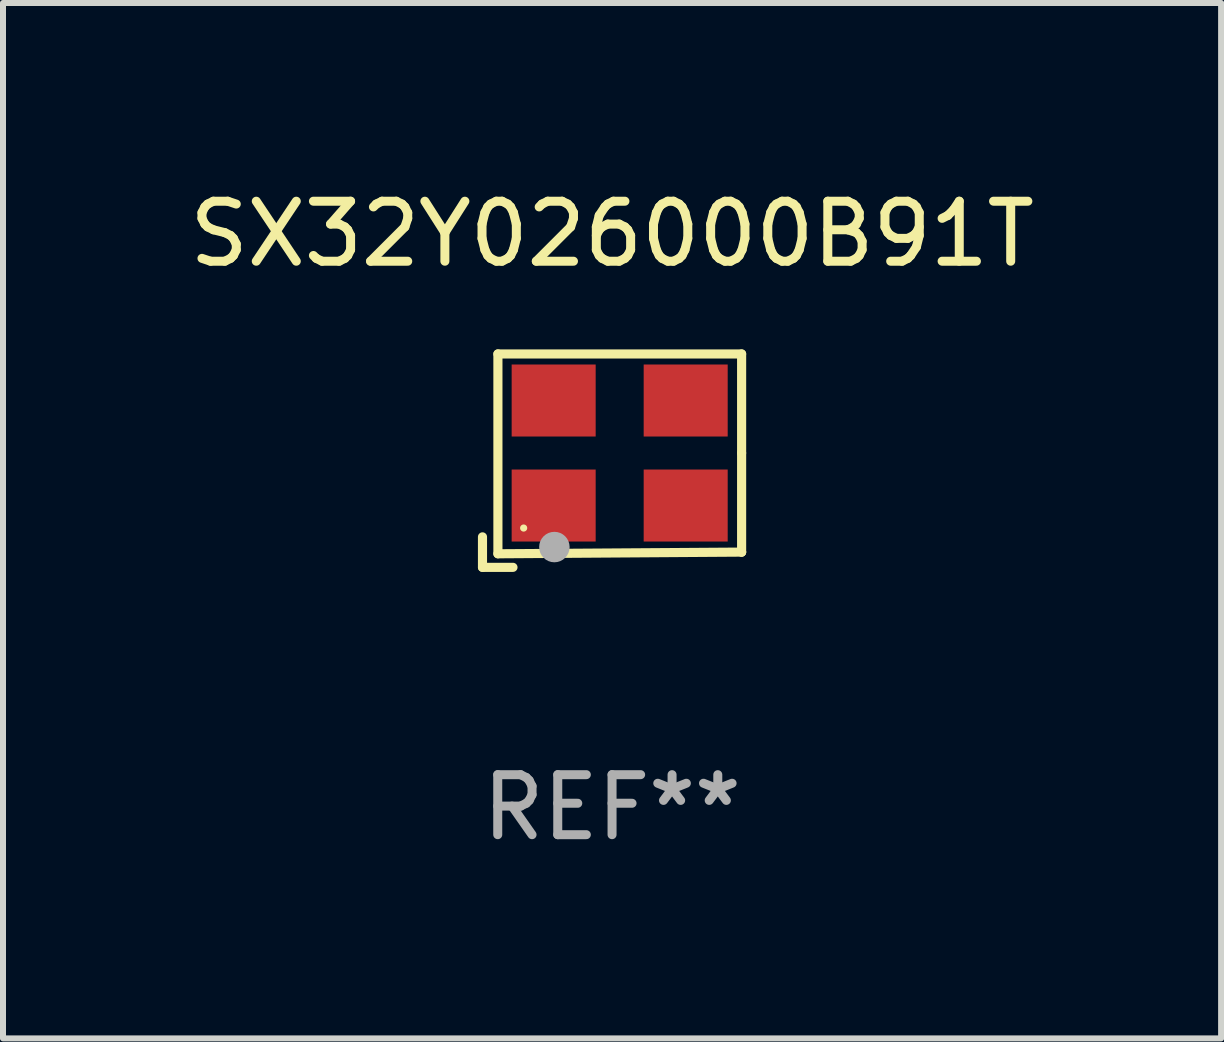
<source format=kicad_pcb>
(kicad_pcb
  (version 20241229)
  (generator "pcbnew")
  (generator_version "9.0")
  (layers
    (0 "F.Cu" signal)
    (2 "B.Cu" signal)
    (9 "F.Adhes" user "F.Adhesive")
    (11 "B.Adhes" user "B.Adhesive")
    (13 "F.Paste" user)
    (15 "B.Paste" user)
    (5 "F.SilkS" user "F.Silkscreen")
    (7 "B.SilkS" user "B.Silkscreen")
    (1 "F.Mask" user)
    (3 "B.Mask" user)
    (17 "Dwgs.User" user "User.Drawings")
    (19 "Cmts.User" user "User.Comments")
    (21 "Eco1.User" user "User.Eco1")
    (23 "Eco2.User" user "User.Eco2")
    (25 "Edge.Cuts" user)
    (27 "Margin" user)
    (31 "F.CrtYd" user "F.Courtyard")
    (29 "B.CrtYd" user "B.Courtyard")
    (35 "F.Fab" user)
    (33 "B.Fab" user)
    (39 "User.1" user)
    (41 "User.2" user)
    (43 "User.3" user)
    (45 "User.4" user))
  (footprint "SX32Y026000B91T"
    (layer "F.Cu")
    (at 7.149 4.626)
    (property "Reference" "SX32Y026000B91T" (at 0 -3.778 0) (layer "F.SilkS") (effects (font (size 1 1) (thickness 0.15))))
    (attr through_hole)
    (fp_line (start -2.159 1.27) (end -2.159 1.778) (stroke (width 0.152) (type solid)) (layer "F.SilkS"))
    (fp_line (start -2.159 1.778) (end -1.651 1.778) (stroke (width 0.152) (type solid)) (layer "F.SilkS"))
    (fp_line (start -1.902 -1.778) (end 2.159 -1.778) (stroke (width 0.152) (type solid)) (layer "F.SilkS"))
    (fp_line (start -1.902 1.552) (end -1.902 -1.778) (stroke (width 0.152) (type solid)) (layer "F.SilkS"))
    (fp_line (start 2.159 -1.778) (end 2.159 -0.127) (stroke (width 0.152) (type solid)) (layer "F.SilkS"))
    (fp_line (start 2.159 -0.127) (end 2.159 1.524) (stroke (width 0.152) (type solid)) (layer "F.SilkS"))
    (fp_line (start 2.159 1.524) (end -1.902 1.552) (stroke (width 0.152) (type solid)) (layer "F.SilkS"))
    (fp_line (start 2.159 1.524) (end 2.159 1.524) (stroke (width 0.152) (type solid)) (layer "F.SilkS"))
    (fp_circle (center -1.473 1.123) (end -1.443 1.123) (stroke (width 0.06) (type solid)) (fill no) (layer "F.SilkS"))
    (fp_circle (center -0.961 1.44) (end -0.834 1.44) (stroke (width 0.254) (type solid)) (fill no) (layer "F.Fab"))
    (fp_text user "REF**" (at 0 5.778 0) (layer "F.Fab") (effects (font (size 1 1) (thickness 0.15))))
    (pad "1" smd rect (at -0.973 0.748) (size 1.4 1.2) (layers "F.Cu" "F.Mask" "F.Paste"))
    (pad "2" smd rect (at 1.227 0.748) (size 1.4 1.2) (layers "F.Cu" "F.Mask" "F.Paste"))
    (pad "3" smd rect (at 1.227 -1.002) (size 1.4 1.2) (layers "F.Cu" "F.Mask" "F.Paste"))
    (pad "4" smd rect (at -0.973 -1.002) (size 1.4 1.2) (layers "F.Cu" "F.Mask" "F.Paste")))
  (gr_rect
    (start -3 -3)
    (end 17.298 14.253)
    (stroke (width 0.1) (type default))
    (fill no)
    (layer "Edge.Cuts")))
</source>
